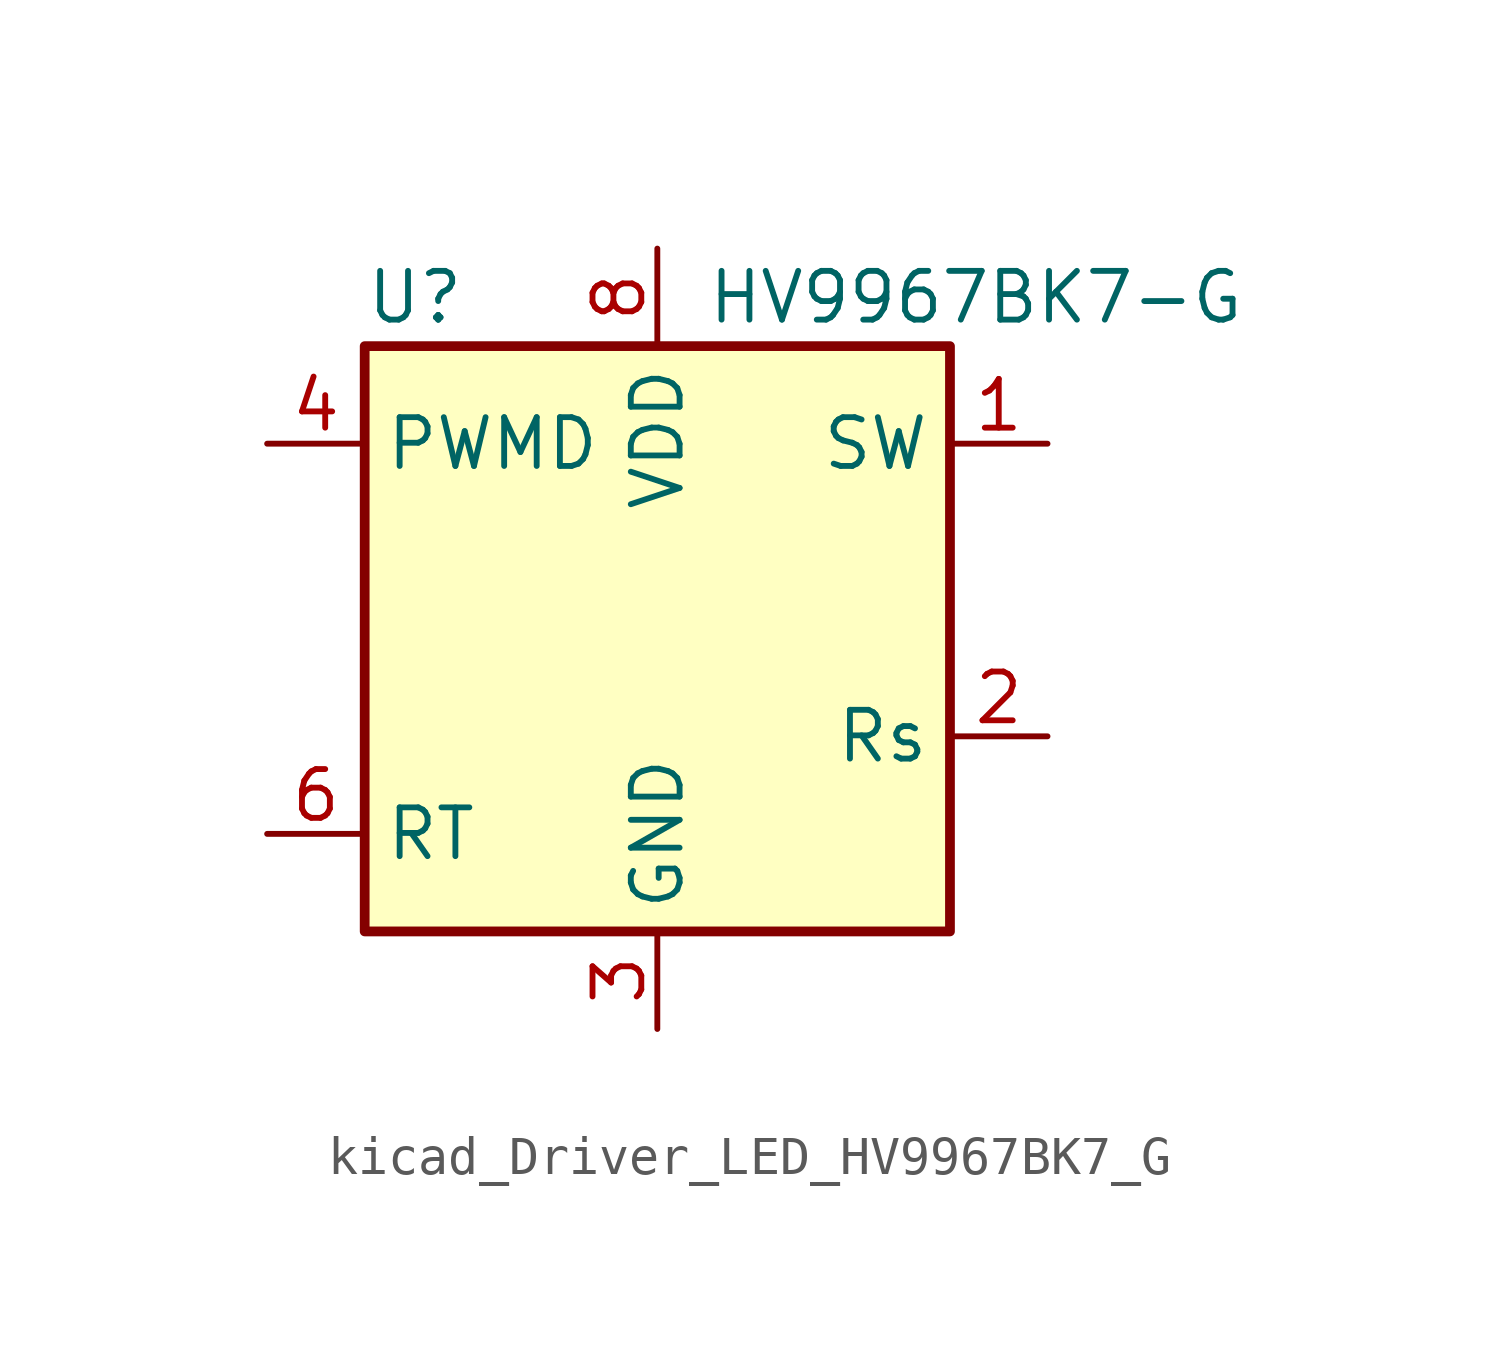
<source format=kicad_sym>
(kicad_symbol_lib
  (version 20220914)
  (generator kicad_symbol_editor)
  (symbol "kicad_Driver_LED_HV9967BK7_G"
    (property "Reference" "U"
      (at -7.62 8.89 0)
      (effects (font (size 1.27 1.27)) (justify left)))
    (property "Value" "HV9967BK7-G"
      (at 1.27 8.89 0)
      (effects (font (size 1.27 1.27)) (justify left)))
    (symbol "kicad_Driver_LED_HV9967BK7_G_0_1"
      (rectangle (start -7.62 7.62) (end 7.62 -7.62) (stroke (width 0.254) (type default)) (fill (type background))))
    (symbol "kicad_Driver_LED_HV9967BK7_G_1_1"
      (pin output line (at 10.16 5.08 180) (length 2.54) (name "SW" (effects (font (size 1.27 1.27)))) (number "1" (effects (font (size 1.27 1.27)))))
      (pin input line (at 10.16 -2.54 180) (length 2.54) (name "Rs" (effects (font (size 1.27 1.27)))) (number "2" (effects (font (size 1.27 1.27)))))
      (pin power_in line (at 0 -10.16 90) (length 2.54) (name "GND" (effects (font (size 1.27 1.27)))) (number "3" (effects (font (size 1.27 1.27)))))
      (pin output line (at -10.16 5.08 0) (length 2.54) (name "PWMD" (effects (font (size 1.27 1.27)))) (number "4" (effects (font (size 1.27 1.27)))))
      (pin input line (at -10.16 -5.08 0) (length 2.54) (name "RT" (effects (font (size 1.27 1.27)))) (number "6" (effects (font (size 1.27 1.27)))))
      (pin passive line (at 0 -10.16 90) (length 2.54) hide (name "GND" (effects (font (size 1.27 1.27)))) (number "7" (effects (font (size 1.27 1.27)))))
      (pin power_out line (at 0 10.16 270) (length 2.54) (name "VDD" (effects (font (size 1.27 1.27)))) (number "8" (effects (font (size 1.27 1.27)))))
      (pin passive line (at 0 -10.16 90) (length 2.54) hide (name "GND" (effects (font (size 1.27 1.27)))) (number "9" (effects (font (size 1.27 1.27))))))))
</source>
